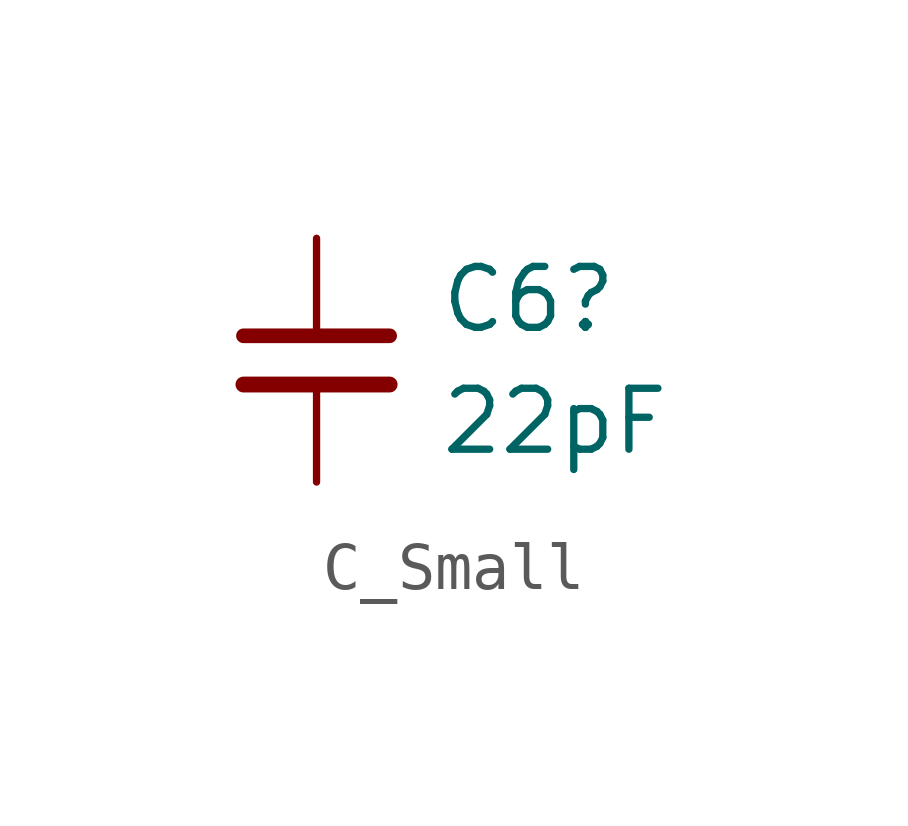
<source format=kicad_sym>
(kicad_symbol_lib
  (version 20211014)
  (generator kicad_symbol_editor)
  (symbol "C_Small"
    (pin_numbers hide)
    (pin_names
      (offset 0.254) hide)
    (property "Reference" "C6"
      (at 2.54 1.264 0)
      (effects (font (size 1.27 1.27)) (justify left)))
    (property "Value" "22pF"
      (at 2.54 -1.276 0)
      (effects (font (size 1.27 1.27)) (justify left)))
    (symbol "C_Small_0_1"
      (polyline (pts (xy -1.524 -0.508) (xy 1.524 -0.508)) (stroke (width 0.33) (type default) (color 0 0 0 0)) (fill (type none)))
      (polyline (pts (xy -1.524 0.508) (xy 1.524 0.508)) (stroke (width 0.305) (type default) (color 0 0 0 0)) (fill (type none))))
    (symbol "C_Small_1_1"
      (pin passive line (at 0 2.54 270) (length 2.032) (name "~" (effects (font (size 1.27 1.27)))) (number "1" (effects (font (size 1.27 1.27)))))
      (pin passive line (at 0 -2.54 90) (length 2.032) (name "~" (effects (font (size 1.27 1.27)))) (number "2" (effects (font (size 1.27 1.27))))))))
</source>
